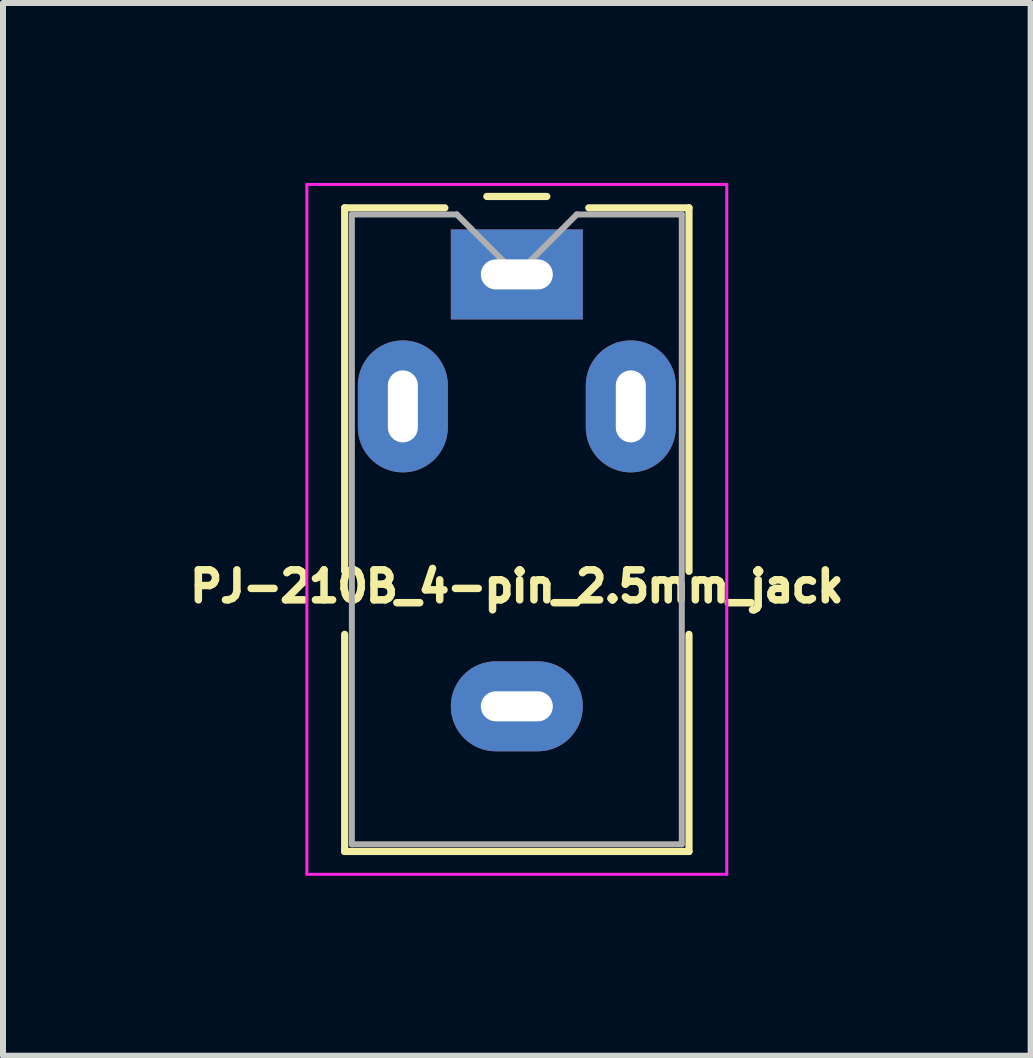
<source format=kicad_pcb>
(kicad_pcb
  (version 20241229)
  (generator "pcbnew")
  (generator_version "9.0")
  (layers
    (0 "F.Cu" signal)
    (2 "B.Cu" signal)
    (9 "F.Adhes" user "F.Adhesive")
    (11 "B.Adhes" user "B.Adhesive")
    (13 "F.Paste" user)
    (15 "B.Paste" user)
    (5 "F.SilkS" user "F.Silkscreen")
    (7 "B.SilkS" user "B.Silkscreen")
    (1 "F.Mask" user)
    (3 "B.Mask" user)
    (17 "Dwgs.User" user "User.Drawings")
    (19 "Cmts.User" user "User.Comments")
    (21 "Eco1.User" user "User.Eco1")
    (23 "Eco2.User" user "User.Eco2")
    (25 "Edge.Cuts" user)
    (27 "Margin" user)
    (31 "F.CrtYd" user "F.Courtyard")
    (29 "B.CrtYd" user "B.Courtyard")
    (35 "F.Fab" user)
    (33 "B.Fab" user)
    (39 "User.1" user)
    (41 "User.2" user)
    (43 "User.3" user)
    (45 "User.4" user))
  (footprint "PJ-210B_4-pin_2.5mm_jack"
    (layer "F.Cu")
    (at 5.566 7.025)
    (property "Reference" "PJ-210B_4-pin_2.5mm_jack" (at 0 -0.3 0) (unlocked yes) (layer "F.SilkS") (effects (font (size 0.5 0.5) (thickness 0.125))))
    (attr through_hole)
    (fp_line (start -2.87 -6.61) (end -1.2 -6.61) (stroke (width 0.12) (type solid)) (layer "F.SilkS"))
    (fp_line (start -2.87 -0.55) (end -2.87 -6.61) (stroke (width 0.12) (type solid)) (layer "F.SilkS"))
    (fp_line (start -2.87 4.12) (end -2.87 0.5) (stroke (width 0.12) (type solid)) (layer "F.SilkS"))
    (fp_line (start -0.5 -6.8) (end 0.5 -6.8) (stroke (width 0.12) (type solid)) (layer "F.SilkS"))
    (fp_line (start 1.2 -6.61) (end 2.87 -6.61) (stroke (width 0.12) (type solid)) (layer "F.SilkS"))
    (fp_line (start 2.87 -6.61) (end 2.87 -0.55) (stroke (width 0.12) (type solid)) (layer "F.SilkS"))
    (fp_line (start 2.87 0.5) (end 2.87 4.12) (stroke (width 0.12) (type solid)) (layer "F.SilkS"))
    (fp_line (start 2.87 4.12) (end -2.87 4.12) (stroke (width 0.12) (type solid)) (layer "F.SilkS"))
    (fp_line (start -3.5 -7) (end -3.5 4.5) (stroke (width 0.05) (type solid)) (layer "F.CrtYd"))
    (fp_line (start -3.5 4.5) (end 3.5 4.5) (stroke (width 0.05) (type solid)) (layer "F.CrtYd"))
    (fp_line (start 3.5 -7) (end -3.5 -7) (stroke (width 0.05) (type solid)) (layer "F.CrtYd"))
    (fp_line (start 3.5 4.5) (end 3.5 -7) (stroke (width 0.05) (type solid)) (layer "F.CrtYd"))
    (fp_line (start -2.75 -6.5) (end -1 -6.5) (stroke (width 0.1) (type solid)) (layer "F.Fab"))
    (fp_line (start -2.75 4) (end -2.75 -6.5) (stroke (width 0.1) (type solid)) (layer "F.Fab"))
    (fp_line (start -1 -6.5) (end 0 -5.5) (stroke (width 0.1) (type solid)) (layer "F.Fab"))
    (fp_line (start 0 -5.5) (end 1 -6.5) (stroke (width 0.1) (type solid)) (layer "F.Fab"))
    (fp_line (start 1 -6.5) (end 2.75 -6.5) (stroke (width 0.1) (type solid)) (layer "F.Fab"))
    (fp_line (start 2.75 -6.5) (end 2.75 4) (stroke (width 0.1) (type solid)) (layer "F.Fab"))
    (fp_line (start 2.75 4) (end -2.75 4) (stroke (width 0.1) (type solid)) (layer "F.Fab"))
    (pad "1" thru_hole oval (at -1.9 -3.3) (size 1.5 2.2) (drill oval 0.5 1.2) (layers "*.Cu" "*.Mask"))
    (pad "2" thru_hole oval (at 1.9 -3.3) (size 1.5 2.2) (drill oval 0.5 1.2) (layers "*.Cu" "*.Mask"))
    (pad "F" thru_hole oval (at 0 1.7) (size 2.2 1.5) (drill oval 1.2 0.5) (layers "*.Cu" "*.Mask"))
    (pad "R" thru_hole rect (at 0 -5.5) (size 2.2 1.5) (drill oval 1.2 0.5) (layers "*.Cu" "*.Mask")))
  (gr_rect
    (start -3 -3)
    (end 14.132 14.55)
    (stroke (width 0.1) (type default))
    (fill no)
    (layer "Edge.Cuts")))
</source>
